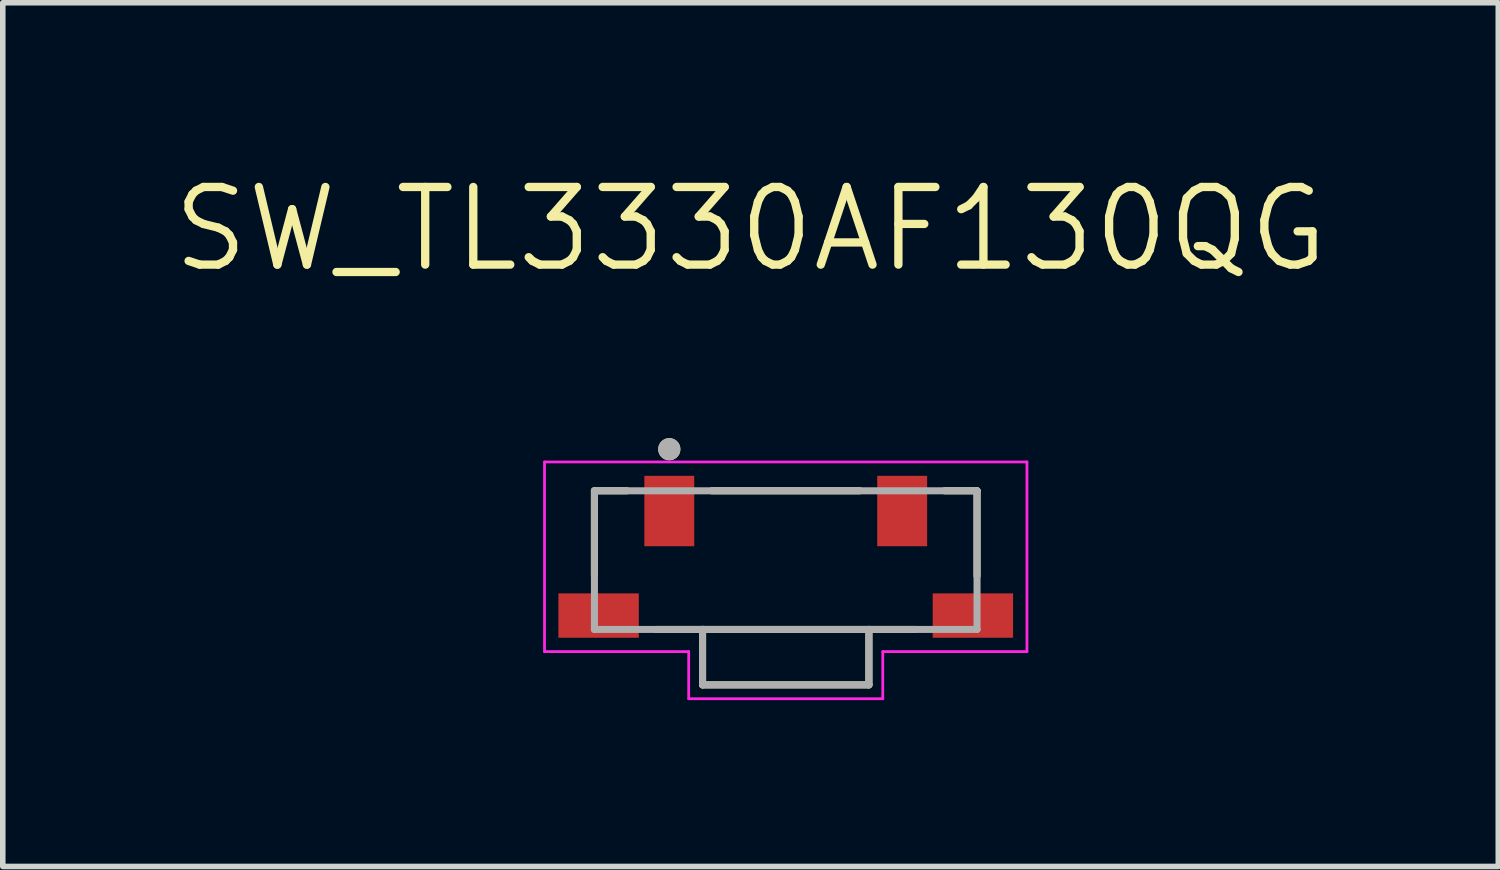
<source format=kicad_pcb>
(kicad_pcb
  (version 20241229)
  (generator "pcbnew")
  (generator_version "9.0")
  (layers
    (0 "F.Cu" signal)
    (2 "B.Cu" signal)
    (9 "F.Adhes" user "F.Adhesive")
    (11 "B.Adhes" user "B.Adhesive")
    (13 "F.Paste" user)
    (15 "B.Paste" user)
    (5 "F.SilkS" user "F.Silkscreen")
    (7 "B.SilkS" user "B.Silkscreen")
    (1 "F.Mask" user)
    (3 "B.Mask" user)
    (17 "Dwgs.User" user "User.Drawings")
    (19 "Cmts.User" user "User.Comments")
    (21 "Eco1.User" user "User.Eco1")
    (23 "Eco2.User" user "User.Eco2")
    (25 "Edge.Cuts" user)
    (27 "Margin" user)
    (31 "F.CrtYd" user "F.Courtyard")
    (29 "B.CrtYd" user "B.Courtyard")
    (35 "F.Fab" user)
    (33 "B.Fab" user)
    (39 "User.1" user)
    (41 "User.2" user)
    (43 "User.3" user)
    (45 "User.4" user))
  (footprint "SW_TL3330AF130QG"
    (layer "F.Cu")
    (at 11.12 7.051)
    (property "Reference" "SW_TL3330AF130QG" (at -0.635 -5.969 0) (layer "F.SilkS") (effects (font (size 1.4 1.4) (thickness 0.15))))
    (attr smd)
    (fp_line (start -3.45 -1.25) (end -3.45 0.286) (stroke (width 0.127) (type solid)) (layer "F.SilkS"))
    (fp_line (start -2.864 -1.25) (end -3.45 -1.25) (stroke (width 0.127) (type solid)) (layer "F.SilkS"))
    (fp_line (start -2.337 1.25) (end -1.5 1.25) (stroke (width 0.127) (type solid)) (layer "F.SilkS"))
    (fp_line (start -1.5 1.25) (end -1.5 2.25) (stroke (width 0.127) (type solid)) (layer "F.SilkS"))
    (fp_line (start -1.5 1.25) (end 1.5 1.25) (stroke (width 0.127) (type solid)) (layer "F.SilkS"))
    (fp_line (start -1.5 2.25) (end 1.5 2.25) (stroke (width 0.127) (type solid)) (layer "F.SilkS"))
    (fp_line (start -1.337 -1.25) (end 1.337 -1.25) (stroke (width 0.127) (type solid)) (layer "F.SilkS"))
    (fp_line (start 1.5 1.25) (end 2.337 1.25) (stroke (width 0.127) (type solid)) (layer "F.SilkS"))
    (fp_line (start 1.5 2.25) (end 1.5 1.25) (stroke (width 0.127) (type solid)) (layer "F.SilkS"))
    (fp_line (start 2.864 -1.25) (end 3.45 -1.25) (stroke (width 0.127) (type solid)) (layer "F.SilkS"))
    (fp_line (start 3.45 -1.25) (end 3.45 0.286) (stroke (width 0.127) (type solid)) (layer "F.SilkS"))
    (fp_circle (center -2.1 -2) (end -2 -2) (stroke (width 0.2) (type solid)) (fill no) (layer "F.SilkS"))
    (fp_line (start -4.35 -1.77) (end 4.35 -1.77) (stroke (width 0.05) (type solid)) (layer "F.CrtYd"))
    (fp_line (start -4.35 1.65) (end -4.35 -1.77) (stroke (width 0.05) (type solid)) (layer "F.CrtYd"))
    (fp_line (start -1.75 1.65) (end -4.35 1.65) (stroke (width 0.05) (type solid)) (layer "F.CrtYd"))
    (fp_line (start -1.75 2.5) (end -1.75 1.65) (stroke (width 0.05) (type solid)) (layer "F.CrtYd"))
    (fp_line (start 1.75 1.65) (end 1.75 2.5) (stroke (width 0.05) (type solid)) (layer "F.CrtYd"))
    (fp_line (start 1.75 2.5) (end -1.75 2.5) (stroke (width 0.05) (type solid)) (layer "F.CrtYd"))
    (fp_line (start 4.35 -1.77) (end 4.35 1.65) (stroke (width 0.05) (type solid)) (layer "F.CrtYd"))
    (fp_line (start 4.35 1.65) (end 1.75 1.65) (stroke (width 0.05) (type solid)) (layer "F.CrtYd"))
    (fp_line (start -3.45 -1.25) (end 3.45 -1.25) (stroke (width 0.127) (type solid)) (layer "F.Fab"))
    (fp_line (start -3.45 1.25) (end -3.45 -1.25) (stroke (width 0.127) (type solid)) (layer "F.Fab"))
    (fp_line (start -3.45 1.25) (end -1.5 1.25) (stroke (width 0.127) (type solid)) (layer "F.Fab"))
    (fp_line (start -1.5 1.25) (end -1.5 2.25) (stroke (width 0.127) (type solid)) (layer "F.Fab"))
    (fp_line (start -1.5 1.25) (end 1.5 1.25) (stroke (width 0.127) (type solid)) (layer "F.Fab"))
    (fp_line (start -1.5 2.25) (end 1.5 2.25) (stroke (width 0.127) (type solid)) (layer "F.Fab"))
    (fp_line (start 1.5 1.25) (end 3.45 1.25) (stroke (width 0.127) (type solid)) (layer "F.Fab"))
    (fp_line (start 1.5 2.25) (end 1.5 1.25) (stroke (width 0.127) (type solid)) (layer "F.Fab"))
    (fp_line (start 3.45 -1.25) (end 3.45 1.25) (stroke (width 0.127) (type solid)) (layer "F.Fab"))
    (fp_circle (center -2.1 -2) (end -2 -2) (stroke (width 0.2) (type solid)) (fill no) (layer "F.Fab"))
    (pad "1" smd rect (at -2.1 -0.885) (size 0.9 1.27) (layers "F.Cu" "F.Mask" "F.Paste"))
    (pad "2" smd rect (at 2.1 -0.885) (size 0.9 1.27) (layers "F.Cu" "F.Mask" "F.Paste"))
    (pad "S1" smd rect (at -3.375 1) (size 1.45 0.8) (layers "F.Cu" "F.Mask" "F.Paste"))
    (pad "S2" smd rect (at 3.375 1) (size 1.45 0.8) (layers "F.Cu" "F.Mask" "F.Paste")))
  (gr_rect
    (start -3 -3)
    (end 23.97 12.576)
    (stroke (width 0.1) (type default))
    (fill no)
    (layer "Edge.Cuts")))
</source>
